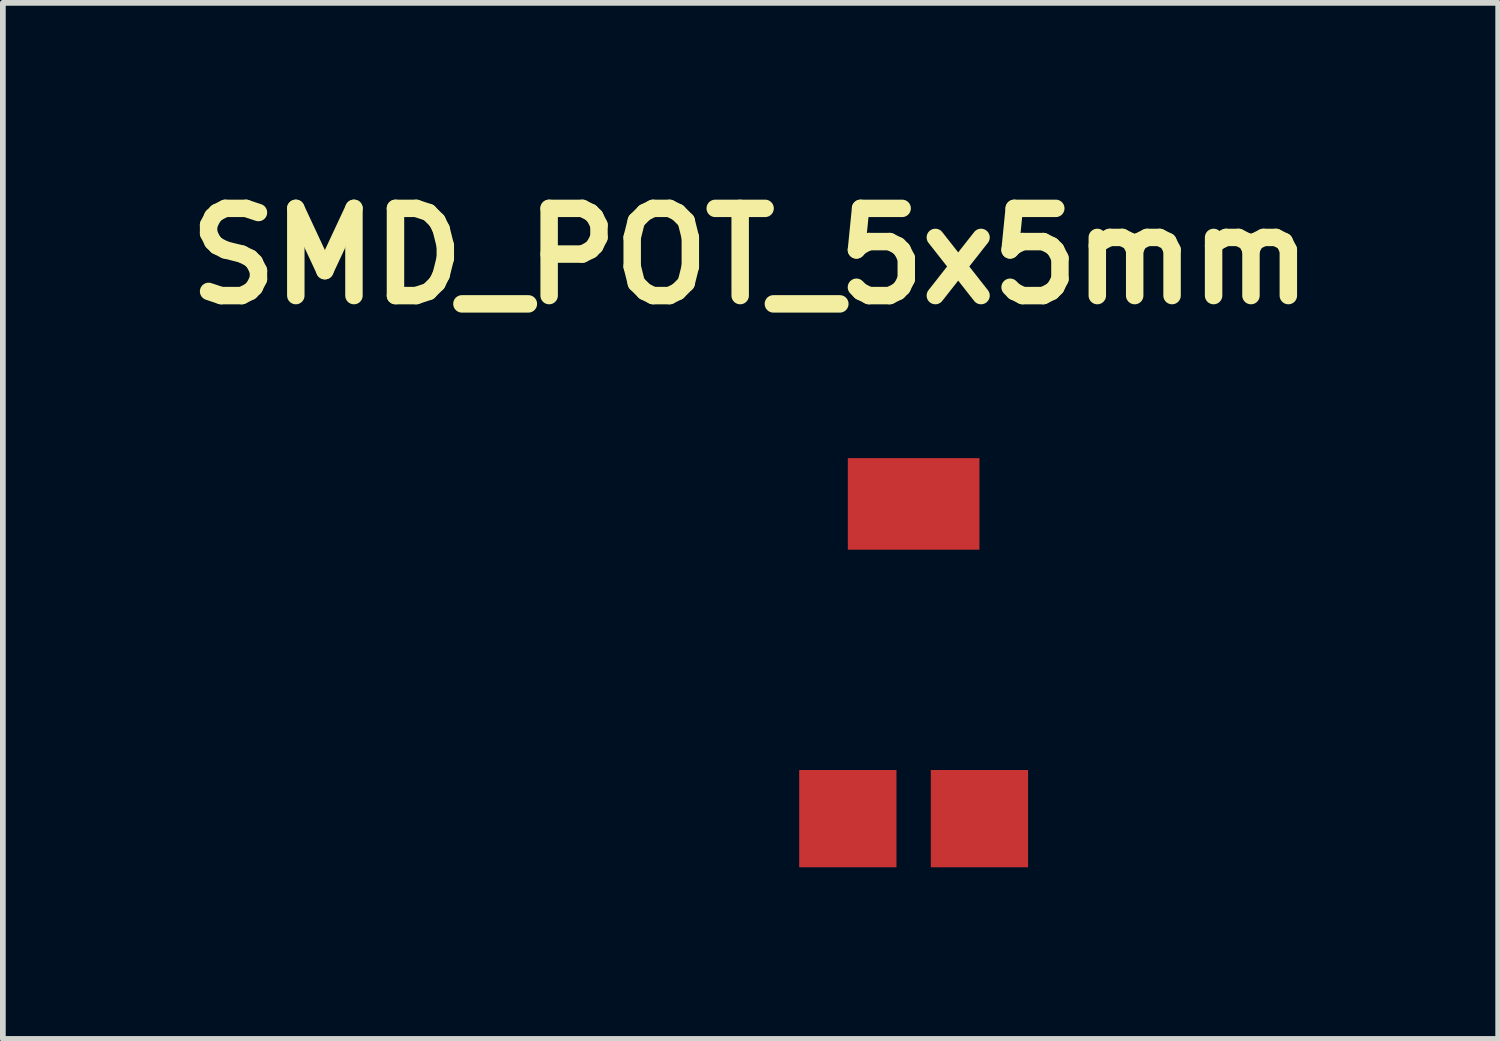
<source format=kicad_pcb>
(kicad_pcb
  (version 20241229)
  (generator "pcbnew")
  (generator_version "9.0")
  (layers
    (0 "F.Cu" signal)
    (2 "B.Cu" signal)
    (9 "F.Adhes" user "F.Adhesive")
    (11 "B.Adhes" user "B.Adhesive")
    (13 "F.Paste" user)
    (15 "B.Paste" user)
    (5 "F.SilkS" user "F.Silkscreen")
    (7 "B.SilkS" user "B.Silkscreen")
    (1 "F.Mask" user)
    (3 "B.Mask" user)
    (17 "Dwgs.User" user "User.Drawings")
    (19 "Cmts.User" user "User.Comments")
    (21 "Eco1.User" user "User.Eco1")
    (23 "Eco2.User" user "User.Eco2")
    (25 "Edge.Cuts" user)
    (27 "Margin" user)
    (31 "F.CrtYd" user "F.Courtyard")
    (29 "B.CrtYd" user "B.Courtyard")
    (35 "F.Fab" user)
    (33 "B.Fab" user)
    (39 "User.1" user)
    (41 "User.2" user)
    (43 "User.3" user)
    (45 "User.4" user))
  (footprint "SMD_POT_5x5mm"
    (layer "F.Cu")
    (at 12.916 8.886)
    (property "Reference" "SMD_POT_5x5mm" (at -2.85 -7.46 0) (layer "F.SilkS") (effects (font (size 1.524 1.524) (thickness 0.305))))
    (attr through_hole)
    (pad "1" smd rect (at -1.15 2.37) (size 1.7 1.7) (layers "F.Cu" "F.Mask" "F.Paste"))
    (pad "2" smd rect (at 0 -3.13) (size 2.3 1.6) (layers "F.Cu" "F.Mask" "F.Paste"))
    (pad "3" smd rect (at 1.15 2.37) (size 1.7 1.7) (layers "F.Cu" "F.Mask" "F.Paste")))
  (gr_rect
    (start -3 -3)
    (end 23.131 15.106)
    (stroke (width 0.1) (type default))
    (fill no)
    (layer "Edge.Cuts")))
</source>
